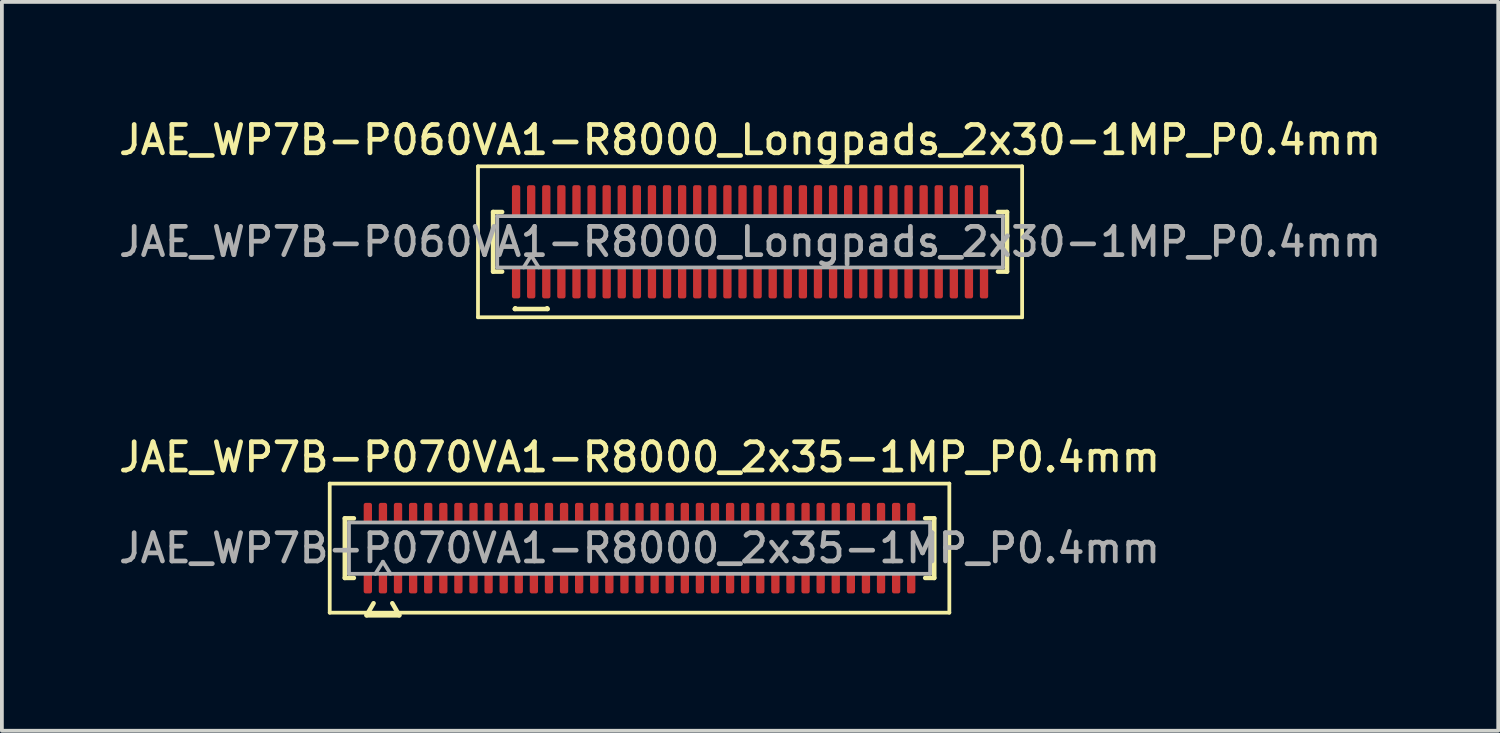
<source format=kicad_pcb>
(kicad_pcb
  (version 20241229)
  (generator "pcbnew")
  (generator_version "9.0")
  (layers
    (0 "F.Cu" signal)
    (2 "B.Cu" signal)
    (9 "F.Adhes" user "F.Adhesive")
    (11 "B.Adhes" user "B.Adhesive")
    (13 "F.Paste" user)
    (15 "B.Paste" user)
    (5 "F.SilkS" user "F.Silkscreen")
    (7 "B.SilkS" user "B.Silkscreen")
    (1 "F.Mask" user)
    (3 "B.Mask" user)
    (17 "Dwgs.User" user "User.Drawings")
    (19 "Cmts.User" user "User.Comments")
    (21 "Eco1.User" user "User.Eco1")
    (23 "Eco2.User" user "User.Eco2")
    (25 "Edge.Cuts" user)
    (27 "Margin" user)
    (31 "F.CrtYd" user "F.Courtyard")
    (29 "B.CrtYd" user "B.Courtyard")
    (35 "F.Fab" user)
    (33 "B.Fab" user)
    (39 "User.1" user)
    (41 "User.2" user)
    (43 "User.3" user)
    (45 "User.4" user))
  (footprint "JAE_WP7B-P060VA1-R8000_Longpads_2x30-1MP_P0.4mm"
    (layer "F.Cu")
    (at 16.827 3.358)
    (property "Reference" "JAE_WP7B-P060VA1-R8000_Longpads_2x30-1MP_P0.4mm" (at 0 -2.7 0) (layer "F.SilkS") (effects (font (size 0.75 0.75) (thickness 0.125))))
    (attr smd)
    (fp_line (start -7.21 -2) (end -7.21 2) (stroke (width 0.1) (type solid)) (layer "F.SilkS"))
    (fp_line (start -7.21 2) (end 7.21 2) (stroke (width 0.1) (type solid)) (layer "F.SilkS"))
    (fp_line (start -6.81 -0.79) (end -6.57 -0.79) (stroke (width 0.12) (type solid)) (layer "F.SilkS"))
    (fp_line (start -6.81 0.79) (end -6.81 -0.79) (stroke (width 0.12) (type solid)) (layer "F.SilkS"))
    (fp_line (start -6.57 0.79) (end -6.81 0.79) (stroke (width 0.12) (type solid)) (layer "F.SilkS"))
    (fp_line (start -6.233 1.78) (end -6.221 1.76) (stroke (width 0.12) (type solid)) (layer "F.SilkS"))
    (fp_line (start -5.379 1.76) (end -5.367 1.78) (stroke (width 0.12) (type solid)) (layer "F.SilkS"))
    (fp_line (start -5.367 1.78) (end -6.233 1.78) (stroke (width 0.12) (type solid)) (layer "F.SilkS"))
    (fp_line (start 6.57 -0.79) (end 6.81 -0.79) (stroke (width 0.12) (type solid)) (layer "F.SilkS"))
    (fp_line (start 6.81 -0.79) (end 6.81 0.79) (stroke (width 0.12) (type solid)) (layer "F.SilkS"))
    (fp_line (start 6.81 0.79) (end 6.57 0.79) (stroke (width 0.12) (type solid)) (layer "F.SilkS"))
    (fp_line (start 7.21 -2) (end -7.21 -2) (stroke (width 0.1) (type solid)) (layer "F.SilkS"))
    (fp_line (start 7.21 2) (end 7.21 -2) (stroke (width 0.1) (type solid)) (layer "F.SilkS"))
    (fp_line (start -6.7 -0.68) (end 6.7 -0.68) (stroke (width 0.1) (type solid)) (layer "F.Fab"))
    (fp_line (start -6.7 0.68) (end -6.7 -0.68) (stroke (width 0.1) (type solid)) (layer "F.Fab"))
    (fp_line (start -6 0.68) (end -5.8 0.36) (stroke (width 0.1) (type solid)) (layer "F.Fab"))
    (fp_line (start -5.8 0.36) (end -5.6 0.68) (stroke (width 0.1) (type solid)) (layer "F.Fab"))
    (fp_line (start 6.7 -0.68) (end 6.7 0.68) (stroke (width 0.1) (type solid)) (layer "F.Fab"))
    (fp_line (start 6.7 0.68) (end -6.7 0.68) (stroke (width 0.1) (type solid)) (layer "F.Fab"))
    (fp_text user "${REFERENCE}" (at 0 0 0) (layer "F.Fab") (effects (font (size 0.75 0.75) (thickness 0.125))))
    (pad "1" smd roundrect (at -5.8 1.075) (size 0.22 0.85) (layers "F.Cu" "F.Mask" "F.Paste") (roundrect_rratio 0.25))
    (pad "2" smd roundrect (at -5.8 -1.075) (size 0.22 0.85) (layers "F.Cu" "F.Mask" "F.Paste") (roundrect_rratio 0.25))
    (pad "3" smd roundrect (at -5.4 1.075) (size 0.22 0.85) (layers "F.Cu" "F.Mask" "F.Paste") (roundrect_rratio 0.25))
    (pad "4" smd roundrect (at -5.4 -1.075) (size 0.22 0.85) (layers "F.Cu" "F.Mask" "F.Paste") (roundrect_rratio 0.25))
    (pad "5" smd roundrect (at -5 1.075) (size 0.22 0.85) (layers "F.Cu" "F.Mask" "F.Paste") (roundrect_rratio 0.25))
    (pad "6" smd roundrect (at -5 -1.075) (size 0.22 0.85) (layers "F.Cu" "F.Mask" "F.Paste") (roundrect_rratio 0.25))
    (pad "7" smd roundrect (at -4.6 1.075) (size 0.22 0.85) (layers "F.Cu" "F.Mask" "F.Paste") (roundrect_rratio 0.25))
    (pad "8" smd roundrect (at -4.6 -1.075) (size 0.22 0.85) (layers "F.Cu" "F.Mask" "F.Paste") (roundrect_rratio 0.25))
    (pad "9" smd roundrect (at -4.2 1.075) (size 0.22 0.85) (layers "F.Cu" "F.Mask" "F.Paste") (roundrect_rratio 0.25))
    (pad "10" smd roundrect (at -4.2 -1.075) (size 0.22 0.85) (layers "F.Cu" "F.Mask" "F.Paste") (roundrect_rratio 0.25))
    (pad "11" smd roundrect (at -3.8 1.075) (size 0.22 0.85) (layers "F.Cu" "F.Mask" "F.Paste") (roundrect_rratio 0.25))
    (pad "12" smd roundrect (at -3.8 -1.075) (size 0.22 0.85) (layers "F.Cu" "F.Mask" "F.Paste") (roundrect_rratio 0.25))
    (pad "13" smd roundrect (at -3.4 1.075) (size 0.22 0.85) (layers "F.Cu" "F.Mask" "F.Paste") (roundrect_rratio 0.25))
    (pad "14" smd roundrect (at -3.4 -1.075) (size 0.22 0.85) (layers "F.Cu" "F.Mask" "F.Paste") (roundrect_rratio 0.25))
    (pad "15" smd roundrect (at -3 1.075) (size 0.22 0.85) (layers "F.Cu" "F.Mask" "F.Paste") (roundrect_rratio 0.25))
    (pad "16" smd roundrect (at -3 -1.075) (size 0.22 0.85) (layers "F.Cu" "F.Mask" "F.Paste") (roundrect_rratio 0.25))
    (pad "17" smd roundrect (at -2.6 1.075) (size 0.22 0.85) (layers "F.Cu" "F.Mask" "F.Paste") (roundrect_rratio 0.25))
    (pad "18" smd roundrect (at -2.6 -1.075) (size 0.22 0.85) (layers "F.Cu" "F.Mask" "F.Paste") (roundrect_rratio 0.25))
    (pad "19" smd roundrect (at -2.2 1.075) (size 0.22 0.85) (layers "F.Cu" "F.Mask" "F.Paste") (roundrect_rratio 0.25))
    (pad "20" smd roundrect (at -2.2 -1.075) (size 0.22 0.85) (layers "F.Cu" "F.Mask" "F.Paste") (roundrect_rratio 0.25))
    (pad "21" smd roundrect (at -1.8 1.075) (size 0.22 0.85) (layers "F.Cu" "F.Mask" "F.Paste") (roundrect_rratio 0.25))
    (pad "22" smd roundrect (at -1.8 -1.075) (size 0.22 0.85) (layers "F.Cu" "F.Mask" "F.Paste") (roundrect_rratio 0.25))
    (pad "23" smd roundrect (at -1.4 1.075) (size 0.22 0.85) (layers "F.Cu" "F.Mask" "F.Paste") (roundrect_rratio 0.25))
    (pad "24" smd roundrect (at -1.4 -1.075) (size 0.22 0.85) (layers "F.Cu" "F.Mask" "F.Paste") (roundrect_rratio 0.25))
    (pad "25" smd roundrect (at -1 1.075) (size 0.22 0.85) (layers "F.Cu" "F.Mask" "F.Paste") (roundrect_rratio 0.25))
    (pad "26" smd roundrect (at -1 -1.075) (size 0.22 0.85) (layers "F.Cu" "F.Mask" "F.Paste") (roundrect_rratio 0.25))
    (pad "27" smd roundrect (at -0.6 1.075) (size 0.22 0.85) (layers "F.Cu" "F.Mask" "F.Paste") (roundrect_rratio 0.25))
    (pad "28" smd roundrect (at -0.6 -1.075) (size 0.22 0.85) (layers "F.Cu" "F.Mask" "F.Paste") (roundrect_rratio 0.25))
    (pad "29" smd roundrect (at -0.2 1.075) (size 0.22 0.85) (layers "F.Cu" "F.Mask" "F.Paste") (roundrect_rratio 0.25))
    (pad "30" smd roundrect (at -0.2 -1.075) (size 0.22 0.85) (layers "F.Cu" "F.Mask" "F.Paste") (roundrect_rratio 0.25))
    (pad "31" smd roundrect (at 0.2 1.075) (size 0.22 0.85) (layers "F.Cu" "F.Mask" "F.Paste") (roundrect_rratio 0.25))
    (pad "32" smd roundrect (at 0.2 -1.075) (size 0.22 0.85) (layers "F.Cu" "F.Mask" "F.Paste") (roundrect_rratio 0.25))
    (pad "33" smd roundrect (at 0.6 1.075) (size 0.22 0.85) (layers "F.Cu" "F.Mask" "F.Paste") (roundrect_rratio 0.25))
    (pad "34" smd roundrect (at 0.6 -1.075) (size 0.22 0.85) (layers "F.Cu" "F.Mask" "F.Paste") (roundrect_rratio 0.25))
    (pad "35" smd roundrect (at 1 1.075) (size 0.22 0.85) (layers "F.Cu" "F.Mask" "F.Paste") (roundrect_rratio 0.25))
    (pad "36" smd roundrect (at 1 -1.075) (size 0.22 0.85) (layers "F.Cu" "F.Mask" "F.Paste") (roundrect_rratio 0.25))
    (pad "37" smd roundrect (at 1.4 1.075) (size 0.22 0.85) (layers "F.Cu" "F.Mask" "F.Paste") (roundrect_rratio 0.25))
    (pad "38" smd roundrect (at 1.4 -1.075) (size 0.22 0.85) (layers "F.Cu" "F.Mask" "F.Paste") (roundrect_rratio 0.25))
    (pad "39" smd roundrect (at 1.8 1.075) (size 0.22 0.85) (layers "F.Cu" "F.Mask" "F.Paste") (roundrect_rratio 0.25))
    (pad "40" smd roundrect (at 1.8 -1.075) (size 0.22 0.85) (layers "F.Cu" "F.Mask" "F.Paste") (roundrect_rratio 0.25))
    (pad "41" smd roundrect (at 2.2 1.075) (size 0.22 0.85) (layers "F.Cu" "F.Mask" "F.Paste") (roundrect_rratio 0.25))
    (pad "42" smd roundrect (at 2.2 -1.075) (size 0.22 0.85) (layers "F.Cu" "F.Mask" "F.Paste") (roundrect_rratio 0.25))
    (pad "43" smd roundrect (at 2.6 1.075) (size 0.22 0.85) (layers "F.Cu" "F.Mask" "F.Paste") (roundrect_rratio 0.25))
    (pad "44" smd roundrect (at 2.6 -1.075) (size 0.22 0.85) (layers "F.Cu" "F.Mask" "F.Paste") (roundrect_rratio 0.25))
    (pad "45" smd roundrect (at 3 1.075) (size 0.22 0.85) (layers "F.Cu" "F.Mask" "F.Paste") (roundrect_rratio 0.25))
    (pad "46" smd roundrect (at 3 -1.075) (size 0.22 0.85) (layers "F.Cu" "F.Mask" "F.Paste") (roundrect_rratio 0.25))
    (pad "47" smd roundrect (at 3.4 1.075) (size 0.22 0.85) (layers "F.Cu" "F.Mask" "F.Paste") (roundrect_rratio 0.25))
    (pad "48" smd roundrect (at 3.4 -1.075) (size 0.22 0.85) (layers "F.Cu" "F.Mask" "F.Paste") (roundrect_rratio 0.25))
    (pad "49" smd roundrect (at 3.8 1.075) (size 0.22 0.85) (layers "F.Cu" "F.Mask" "F.Paste") (roundrect_rratio 0.25))
    (pad "50" smd roundrect (at 3.8 -1.075) (size 0.22 0.85) (layers "F.Cu" "F.Mask" "F.Paste") (roundrect_rratio 0.25))
    (pad "51" smd roundrect (at 4.2 1.075) (size 0.22 0.85) (layers "F.Cu" "F.Mask" "F.Paste") (roundrect_rratio 0.25))
    (pad "52" smd roundrect (at 4.2 -1.075) (size 0.22 0.85) (layers "F.Cu" "F.Mask" "F.Paste") (roundrect_rratio 0.25))
    (pad "53" smd roundrect (at 4.6 1.075) (size 0.22 0.85) (layers "F.Cu" "F.Mask" "F.Paste") (roundrect_rratio 0.25))
    (pad "54" smd roundrect (at 4.6 -1.075) (size 0.22 0.85) (layers "F.Cu" "F.Mask" "F.Paste") (roundrect_rratio 0.25))
    (pad "55" smd roundrect (at 5 1.075) (size 0.22 0.85) (layers "F.Cu" "F.Mask" "F.Paste") (roundrect_rratio 0.25))
    (pad "56" smd roundrect (at 5 -1.075) (size 0.22 0.85) (layers "F.Cu" "F.Mask" "F.Paste") (roundrect_rratio 0.25))
    (pad "57" smd roundrect (at 5.4 1.075) (size 0.22 0.85) (layers "F.Cu" "F.Mask" "F.Paste") (roundrect_rratio 0.25))
    (pad "58" smd roundrect (at 5.4 -1.075) (size 0.22 0.85) (layers "F.Cu" "F.Mask" "F.Paste") (roundrect_rratio 0.25))
    (pad "59" smd roundrect (at 5.8 1.075) (size 0.22 0.85) (layers "F.Cu" "F.Mask" "F.Paste") (roundrect_rratio 0.25))
    (pad "60" smd roundrect (at 5.8 -1.075) (size 0.22 0.85) (layers "F.Cu" "F.Mask" "F.Paste") (roundrect_rratio 0.25))
    (pad "MP" smd roundrect (at -6.2 -1.075) (size 0.22 0.85) (layers "F.Cu" "F.Mask" "F.Paste") (roundrect_rratio 0.25))
    (pad "MP" smd roundrect (at -6.2 1.075) (size 0.22 0.85) (layers "F.Cu" "F.Mask" "F.Paste") (roundrect_rratio 0.25))
    (pad "MP" smd roundrect (at 6.2 -1.075) (size 0.22 0.85) (layers "F.Cu" "F.Mask" "F.Paste") (roundrect_rratio 0.25))
    (pad "MP" smd roundrect (at 6.2 1.075) (size 0.22 0.85) (layers "F.Cu" "F.Mask" "F.Paste") (roundrect_rratio 0.25)))
  (footprint "JAE_WP7B-P070VA1-R8000_2x35-1MP_P0.4mm"
    (layer "F.Cu")
    (at 13.898 11.476)
    (property "Reference" "JAE_WP7B-P070VA1-R8000_2x35-1MP_P0.4mm" (at 0 -2.41 0) (layer "F.SilkS") (effects (font (size 0.75 0.75) (thickness 0.125))))
    (attr smd)
    (fp_line (start -8.21 -1.71) (end -8.21 1.71) (stroke (width 0.1) (type solid)) (layer "F.SilkS"))
    (fp_line (start -8.21 1.71) (end 8.21 1.71) (stroke (width 0.1) (type solid)) (layer "F.SilkS"))
    (fp_line (start -7.81 -0.79) (end -7.57 -0.79) (stroke (width 0.12) (type solid)) (layer "F.SilkS"))
    (fp_line (start -7.81 0.79) (end -7.81 -0.79) (stroke (width 0.12) (type solid)) (layer "F.SilkS"))
    (fp_line (start -7.57 0.79) (end -7.81 0.79) (stroke (width 0.12) (type solid)) (layer "F.SilkS"))
    (fp_line (start -7.233 1.78) (end -7.048 1.46) (stroke (width 0.12) (type solid)) (layer "F.SilkS"))
    (fp_line (start -6.552 1.46) (end -6.367 1.78) (stroke (width 0.12) (type solid)) (layer "F.SilkS"))
    (fp_line (start -6.367 1.78) (end -7.233 1.78) (stroke (width 0.12) (type solid)) (layer "F.SilkS"))
    (fp_line (start 7.57 -0.79) (end 7.81 -0.79) (stroke (width 0.12) (type solid)) (layer "F.SilkS"))
    (fp_line (start 7.81 -0.79) (end 7.81 0.79) (stroke (width 0.12) (type solid)) (layer "F.SilkS"))
    (fp_line (start 7.81 0.79) (end 7.57 0.79) (stroke (width 0.12) (type solid)) (layer "F.SilkS"))
    (fp_line (start 8.21 -1.71) (end -8.21 -1.71) (stroke (width 0.1) (type solid)) (layer "F.SilkS"))
    (fp_line (start 8.21 1.71) (end 8.21 -1.71) (stroke (width 0.1) (type solid)) (layer "F.SilkS"))
    (fp_line (start -7.7 -0.68) (end 7.7 -0.68) (stroke (width 0.1) (type solid)) (layer "F.Fab"))
    (fp_line (start -7.7 0.68) (end -7.7 -0.68) (stroke (width 0.1) (type solid)) (layer "F.Fab"))
    (fp_line (start -7 0.68) (end -6.8 0.36) (stroke (width 0.1) (type solid)) (layer "F.Fab"))
    (fp_line (start -6.8 0.36) (end -6.6 0.68) (stroke (width 0.1) (type solid)) (layer "F.Fab"))
    (fp_line (start 7.7 -0.68) (end 7.7 0.68) (stroke (width 0.1) (type solid)) (layer "F.Fab"))
    (fp_line (start 7.7 0.68) (end -7.7 0.68) (stroke (width 0.1) (type solid)) (layer "F.Fab"))
    (fp_text user "${REFERENCE}" (at 0 0 0) (layer "F.Fab") (effects (font (size 0.75 0.75) (thickness 0.125))))
    (pad "1" smd roundrect (at -6.8 0.925) (size 0.22 0.55) (layers "F.Cu" "F.Mask" "F.Paste") (roundrect_rratio 0.25))
    (pad "2" smd roundrect (at -6.8 -0.925) (size 0.22 0.55) (layers "F.Cu" "F.Mask" "F.Paste") (roundrect_rratio 0.25))
    (pad "3" smd roundrect (at -6.4 0.925) (size 0.22 0.55) (layers "F.Cu" "F.Mask" "F.Paste") (roundrect_rratio 0.25))
    (pad "4" smd roundrect (at -6.4 -0.925) (size 0.22 0.55) (layers "F.Cu" "F.Mask" "F.Paste") (roundrect_rratio 0.25))
    (pad "5" smd roundrect (at -6 0.925) (size 0.22 0.55) (layers "F.Cu" "F.Mask" "F.Paste") (roundrect_rratio 0.25))
    (pad "6" smd roundrect (at -6 -0.925) (size 0.22 0.55) (layers "F.Cu" "F.Mask" "F.Paste") (roundrect_rratio 0.25))
    (pad "7" smd roundrect (at -5.6 0.925) (size 0.22 0.55) (layers "F.Cu" "F.Mask" "F.Paste") (roundrect_rratio 0.25))
    (pad "8" smd roundrect (at -5.6 -0.925) (size 0.22 0.55) (layers "F.Cu" "F.Mask" "F.Paste") (roundrect_rratio 0.25))
    (pad "9" smd roundrect (at -5.2 0.925) (size 0.22 0.55) (layers "F.Cu" "F.Mask" "F.Paste") (roundrect_rratio 0.25))
    (pad "10" smd roundrect (at -5.2 -0.925) (size 0.22 0.55) (layers "F.Cu" "F.Mask" "F.Paste") (roundrect_rratio 0.25))
    (pad "11" smd roundrect (at -4.8 0.925) (size 0.22 0.55) (layers "F.Cu" "F.Mask" "F.Paste") (roundrect_rratio 0.25))
    (pad "12" smd roundrect (at -4.8 -0.925) (size 0.22 0.55) (layers "F.Cu" "F.Mask" "F.Paste") (roundrect_rratio 0.25))
    (pad "13" smd roundrect (at -4.4 0.925) (size 0.22 0.55) (layers "F.Cu" "F.Mask" "F.Paste") (roundrect_rratio 0.25))
    (pad "14" smd roundrect (at -4.4 -0.925) (size 0.22 0.55) (layers "F.Cu" "F.Mask" "F.Paste") (roundrect_rratio 0.25))
    (pad "15" smd roundrect (at -4 0.925) (size 0.22 0.55) (layers "F.Cu" "F.Mask" "F.Paste") (roundrect_rratio 0.25))
    (pad "16" smd roundrect (at -4 -0.925) (size 0.22 0.55) (layers "F.Cu" "F.Mask" "F.Paste") (roundrect_rratio 0.25))
    (pad "17" smd roundrect (at -3.6 0.925) (size 0.22 0.55) (layers "F.Cu" "F.Mask" "F.Paste") (roundrect_rratio 0.25))
    (pad "18" smd roundrect (at -3.6 -0.925) (size 0.22 0.55) (layers "F.Cu" "F.Mask" "F.Paste") (roundrect_rratio 0.25))
    (pad "19" smd roundrect (at -3.2 0.925) (size 0.22 0.55) (layers "F.Cu" "F.Mask" "F.Paste") (roundrect_rratio 0.25))
    (pad "20" smd roundrect (at -3.2 -0.925) (size 0.22 0.55) (layers "F.Cu" "F.Mask" "F.Paste") (roundrect_rratio 0.25))
    (pad "21" smd roundrect (at -2.8 0.925) (size 0.22 0.55) (layers "F.Cu" "F.Mask" "F.Paste") (roundrect_rratio 0.25))
    (pad "22" smd roundrect (at -2.8 -0.925) (size 0.22 0.55) (layers "F.Cu" "F.Mask" "F.Paste") (roundrect_rratio 0.25))
    (pad "23" smd roundrect (at -2.4 0.925) (size 0.22 0.55) (layers "F.Cu" "F.Mask" "F.Paste") (roundrect_rratio 0.25))
    (pad "24" smd roundrect (at -2.4 -0.925) (size 0.22 0.55) (layers "F.Cu" "F.Mask" "F.Paste") (roundrect_rratio 0.25))
    (pad "25" smd roundrect (at -2 0.925) (size 0.22 0.55) (layers "F.Cu" "F.Mask" "F.Paste") (roundrect_rratio 0.25))
    (pad "26" smd roundrect (at -2 -0.925) (size 0.22 0.55) (layers "F.Cu" "F.Mask" "F.Paste") (roundrect_rratio 0.25))
    (pad "27" smd roundrect (at -1.6 0.925) (size 0.22 0.55) (layers "F.Cu" "F.Mask" "F.Paste") (roundrect_rratio 0.25))
    (pad "28" smd roundrect (at -1.6 -0.925) (size 0.22 0.55) (layers "F.Cu" "F.Mask" "F.Paste") (roundrect_rratio 0.25))
    (pad "29" smd roundrect (at -1.2 0.925) (size 0.22 0.55) (layers "F.Cu" "F.Mask" "F.Paste") (roundrect_rratio 0.25))
    (pad "30" smd roundrect (at -1.2 -0.925) (size 0.22 0.55) (layers "F.Cu" "F.Mask" "F.Paste") (roundrect_rratio 0.25))
    (pad "31" smd roundrect (at -0.8 0.925) (size 0.22 0.55) (layers "F.Cu" "F.Mask" "F.Paste") (roundrect_rratio 0.25))
    (pad "32" smd roundrect (at -0.8 -0.925) (size 0.22 0.55) (layers "F.Cu" "F.Mask" "F.Paste") (roundrect_rratio 0.25))
    (pad "33" smd roundrect (at -0.4 0.925) (size 0.22 0.55) (layers "F.Cu" "F.Mask" "F.Paste") (roundrect_rratio 0.25))
    (pad "34" smd roundrect (at -0.4 -0.925) (size 0.22 0.55) (layers "F.Cu" "F.Mask" "F.Paste") (roundrect_rratio 0.25))
    (pad "35" smd roundrect (at 0 0.925) (size 0.22 0.55) (layers "F.Cu" "F.Mask" "F.Paste") (roundrect_rratio 0.25))
    (pad "36" smd roundrect (at 0 -0.925) (size 0.22 0.55) (layers "F.Cu" "F.Mask" "F.Paste") (roundrect_rratio 0.25))
    (pad "37" smd roundrect (at 0.4 0.925) (size 0.22 0.55) (layers "F.Cu" "F.Mask" "F.Paste") (roundrect_rratio 0.25))
    (pad "38" smd roundrect (at 0.4 -0.925) (size 0.22 0.55) (layers "F.Cu" "F.Mask" "F.Paste") (roundrect_rratio 0.25))
    (pad "39" smd roundrect (at 0.8 0.925) (size 0.22 0.55) (layers "F.Cu" "F.Mask" "F.Paste") (roundrect_rratio 0.25))
    (pad "40" smd roundrect (at 0.8 -0.925) (size 0.22 0.55) (layers "F.Cu" "F.Mask" "F.Paste") (roundrect_rratio 0.25))
    (pad "41" smd roundrect (at 1.2 0.925) (size 0.22 0.55) (layers "F.Cu" "F.Mask" "F.Paste") (roundrect_rratio 0.25))
    (pad "42" smd roundrect (at 1.2 -0.925) (size 0.22 0.55) (layers "F.Cu" "F.Mask" "F.Paste") (roundrect_rratio 0.25))
    (pad "43" smd roundrect (at 1.6 0.925) (size 0.22 0.55) (layers "F.Cu" "F.Mask" "F.Paste") (roundrect_rratio 0.25))
    (pad "44" smd roundrect (at 1.6 -0.925) (size 0.22 0.55) (layers "F.Cu" "F.Mask" "F.Paste") (roundrect_rratio 0.25))
    (pad "45" smd roundrect (at 2 0.925) (size 0.22 0.55) (layers "F.Cu" "F.Mask" "F.Paste") (roundrect_rratio 0.25))
    (pad "46" smd roundrect (at 2 -0.925) (size 0.22 0.55) (layers "F.Cu" "F.Mask" "F.Paste") (roundrect_rratio 0.25))
    (pad "47" smd roundrect (at 2.4 0.925) (size 0.22 0.55) (layers "F.Cu" "F.Mask" "F.Paste") (roundrect_rratio 0.25))
    (pad "48" smd roundrect (at 2.4 -0.925) (size 0.22 0.55) (layers "F.Cu" "F.Mask" "F.Paste") (roundrect_rratio 0.25))
    (pad "49" smd roundrect (at 2.8 0.925) (size 0.22 0.55) (layers "F.Cu" "F.Mask" "F.Paste") (roundrect_rratio 0.25))
    (pad "50" smd roundrect (at 2.8 -0.925) (size 0.22 0.55) (layers "F.Cu" "F.Mask" "F.Paste") (roundrect_rratio 0.25))
    (pad "51" smd roundrect (at 3.2 0.925) (size 0.22 0.55) (layers "F.Cu" "F.Mask" "F.Paste") (roundrect_rratio 0.25))
    (pad "52" smd roundrect (at 3.2 -0.925) (size 0.22 0.55) (layers "F.Cu" "F.Mask" "F.Paste") (roundrect_rratio 0.25))
    (pad "53" smd roundrect (at 3.6 0.925) (size 0.22 0.55) (layers "F.Cu" "F.Mask" "F.Paste") (roundrect_rratio 0.25))
    (pad "54" smd roundrect (at 3.6 -0.925) (size 0.22 0.55) (layers "F.Cu" "F.Mask" "F.Paste") (roundrect_rratio 0.25))
    (pad "55" smd roundrect (at 4 0.925) (size 0.22 0.55) (layers "F.Cu" "F.Mask" "F.Paste") (roundrect_rratio 0.25))
    (pad "56" smd roundrect (at 4 -0.925) (size 0.22 0.55) (layers "F.Cu" "F.Mask" "F.Paste") (roundrect_rratio 0.25))
    (pad "57" smd roundrect (at 4.4 0.925) (size 0.22 0.55) (layers "F.Cu" "F.Mask" "F.Paste") (roundrect_rratio 0.25))
    (pad "58" smd roundrect (at 4.4 -0.925) (size 0.22 0.55) (layers "F.Cu" "F.Mask" "F.Paste") (roundrect_rratio 0.25))
    (pad "59" smd roundrect (at 4.8 0.925) (size 0.22 0.55) (layers "F.Cu" "F.Mask" "F.Paste") (roundrect_rratio 0.25))
    (pad "60" smd roundrect (at 4.8 -0.925) (size 0.22 0.55) (layers "F.Cu" "F.Mask" "F.Paste") (roundrect_rratio 0.25))
    (pad "61" smd roundrect (at 5.2 0.925) (size 0.22 0.55) (layers "F.Cu" "F.Mask" "F.Paste") (roundrect_rratio 0.25))
    (pad "62" smd roundrect (at 5.2 -0.925) (size 0.22 0.55) (layers "F.Cu" "F.Mask" "F.Paste") (roundrect_rratio 0.25))
    (pad "63" smd roundrect (at 5.6 0.925) (size 0.22 0.55) (layers "F.Cu" "F.Mask" "F.Paste") (roundrect_rratio 0.25))
    (pad "64" smd roundrect (at 5.6 -0.925) (size 0.22 0.55) (layers "F.Cu" "F.Mask" "F.Paste") (roundrect_rratio 0.25))
    (pad "65" smd roundrect (at 6 0.925) (size 0.22 0.55) (layers "F.Cu" "F.Mask" "F.Paste") (roundrect_rratio 0.25))
    (pad "66" smd roundrect (at 6 -0.925) (size 0.22 0.55) (layers "F.Cu" "F.Mask" "F.Paste") (roundrect_rratio 0.25))
    (pad "67" smd roundrect (at 6.4 0.925) (size 0.22 0.55) (layers "F.Cu" "F.Mask" "F.Paste") (roundrect_rratio 0.25))
    (pad "68" smd roundrect (at 6.4 -0.925) (size 0.22 0.55) (layers "F.Cu" "F.Mask" "F.Paste") (roundrect_rratio 0.25))
    (pad "69" smd roundrect (at 6.8 0.925) (size 0.22 0.55) (layers "F.Cu" "F.Mask" "F.Paste") (roundrect_rratio 0.25))
    (pad "70" smd roundrect (at 6.8 -0.925) (size 0.22 0.55) (layers "F.Cu" "F.Mask" "F.Paste") (roundrect_rratio 0.25))
    (pad "MP" smd roundrect (at -7.2 -0.925) (size 0.22 0.55) (layers "F.Cu" "F.Mask" "F.Paste") (roundrect_rratio 0.25))
    (pad "MP" smd roundrect (at -7.2 0.925) (size 0.22 0.55) (layers "F.Cu" "F.Mask" "F.Paste") (roundrect_rratio 0.25))
    (pad "MP" smd roundrect (at 7.2 -0.925) (size 0.22 0.55) (layers "F.Cu" "F.Mask" "F.Paste") (roundrect_rratio 0.25))
    (pad "MP" smd roundrect (at 7.2 0.925) (size 0.22 0.55) (layers "F.Cu" "F.Mask" "F.Paste") (roundrect_rratio 0.25)))
  (gr_rect
    (start -3 -3)
    (end 36.654 16.316)
    (stroke (width 0.1) (type default))
    (fill no)
    (layer "Edge.Cuts")))
</source>
